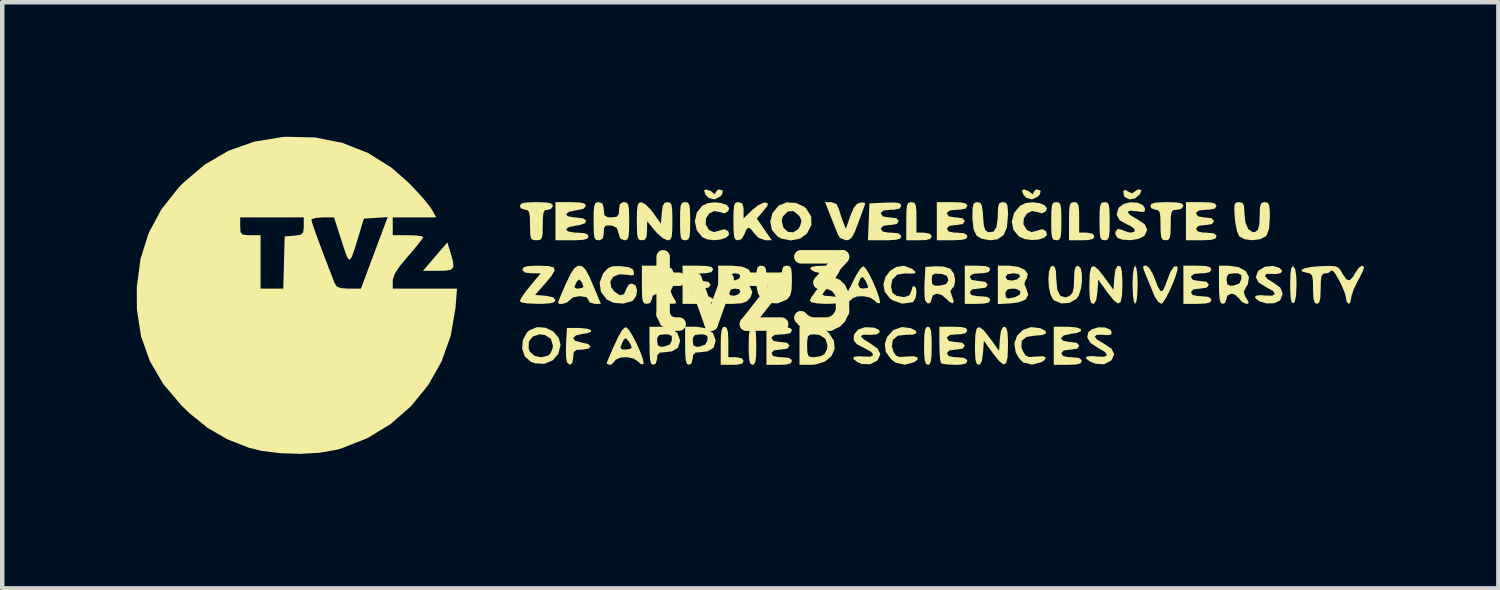
<source format=kicad_pcb>
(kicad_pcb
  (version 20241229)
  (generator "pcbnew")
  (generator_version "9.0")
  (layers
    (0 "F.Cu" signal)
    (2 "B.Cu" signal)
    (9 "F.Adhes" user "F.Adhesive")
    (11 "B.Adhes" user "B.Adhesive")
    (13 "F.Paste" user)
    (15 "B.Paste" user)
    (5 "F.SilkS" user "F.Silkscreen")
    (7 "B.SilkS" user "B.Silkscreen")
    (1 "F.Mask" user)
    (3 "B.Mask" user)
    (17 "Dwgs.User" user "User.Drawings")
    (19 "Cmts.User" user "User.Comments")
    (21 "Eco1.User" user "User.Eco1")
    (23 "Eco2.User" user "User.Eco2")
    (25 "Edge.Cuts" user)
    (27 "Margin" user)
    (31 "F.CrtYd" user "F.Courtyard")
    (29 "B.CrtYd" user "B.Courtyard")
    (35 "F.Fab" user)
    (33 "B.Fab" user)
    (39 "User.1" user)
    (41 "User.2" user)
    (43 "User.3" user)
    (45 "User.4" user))
  (footprint "tvz3"
    (layer "F.Cu")
    (at 13.703 3.499)
    (property "Reference" "tvz3" (at 0 0 0) (layer "F.SilkS") (effects (font (size 1.5 1.5) (thickness 0.3))))
    (attr board_only exclude_from_pos_files exclude_from_bom)
    (fp_poly (pts (xy -6.709 -0.926) (xy -6.65 -0.717) (xy -6.642 -0.593) (xy -6.699 -0.532) (xy -6.835 -0.512) (xy -6.977 -0.51) (xy -7.32 -0.51) (xy -7.048 -0.827) (xy -6.775 -1.143)) (stroke (width 0) (type solid)) (fill yes) (layer "F.SilkS"))
    (fp_poly (pts (xy 8.702 -2.308) (xy 8.679 -2.24) (xy 8.661 -2.211) (xy 8.56 -2.123) (xy 8.436 -2.102) (xy 8.335 -2.151) (xy 8.311 -2.191) (xy 8.296 -2.294) (xy 8.349 -2.313) (xy 8.413 -2.273) (xy 8.498 -2.238) (xy 8.531 -2.265) (xy 8.615 -2.32) (xy 8.65 -2.325)) (stroke (width 0) (type solid)) (fill yes) (layer "F.SilkS"))
    (fp_poly (pts (xy 12.091 -0.609) (xy 12.135 -0.537) (xy 12.158 -0.355) (xy 12.161 -0.198) (xy 12.151 0.048) (xy 12.119 0.184) (xy 12.091 0.213) (xy 12.053 0.193) (xy 12.03 0.096) (xy 12.02 -0.095) (xy 12.02 -0.198) (xy 12.025 -0.43) (xy 12.042 -0.562) (xy 12.074 -0.61)) (stroke (width 0) (type solid)) (fill yes) (layer "F.SilkS"))
    (fp_poly (pts (xy -0.632 -2.295) (xy -0.649 -2.216) (xy -0.692 -2.166) (xy -0.821 -2.102) (xy -0.952 -2.134) (xy -1.021 -2.211) (xy -1.052 -2.299) (xy -1.009 -2.325) (xy -1.006 -2.325) (xy -0.901 -2.288) (xy -0.862 -2.257) (xy -0.806 -2.217) (xy -0.794 -2.257) (xy -0.748 -2.317) (xy -0.709 -2.325)) (stroke (width 0) (type solid)) (fill yes) (layer "F.SilkS"))
    (fp_poly (pts (xy 6.456 -2.295) (xy 6.438 -2.216) (xy 6.395 -2.166) (xy 6.266 -2.102) (xy 6.135 -2.134) (xy 6.067 -2.211) (xy 6.035 -2.299) (xy 6.078 -2.325) (xy 6.082 -2.325) (xy 6.186 -2.288) (xy 6.225 -2.257) (xy 6.281 -2.217) (xy 6.293 -2.257) (xy 6.339 -2.317) (xy 6.378 -2.325)) (stroke (width 0) (type solid)) (fill yes) (layer "F.SilkS"))
    (fp_poly (pts (xy 0.073 0.759) (xy 0.1 0.84) (xy 0.111 0.999) (xy 0.113 1.162) (xy 0.109 1.387) (xy 0.093 1.518) (xy 0.061 1.578) (xy 0.028 1.587) (xy -0.017 1.565) (xy -0.043 1.485) (xy -0.055 1.326) (xy -0.057 1.162) (xy -0.052 0.938) (xy -0.036 0.806) (xy -0.004 0.747) (xy 0.028 0.737)) (stroke (width 0) (type solid)) (fill yes) (layer "F.SilkS"))
    (fp_poly (pts (xy 3.985 0.759) (xy 4.012 0.84) (xy 4.023 0.999) (xy 4.025 1.162) (xy 4.021 1.387) (xy 4.005 1.518) (xy 3.973 1.578) (xy 3.94 1.587) (xy 3.896 1.565) (xy 3.869 1.485) (xy 3.857 1.326) (xy 3.855 1.162) (xy 3.86 0.938) (xy 3.876 0.806) (xy 3.908 0.747) (xy 3.94 0.737)) (stroke (width 0) (type solid)) (fill yes) (layer "F.SilkS"))
    (fp_poly (pts (xy 8.59 -0.571) (xy 8.61 -0.428) (xy 8.618 -0.218) (xy 8.618 -0.198) (xy 8.611 0.016) (xy 8.592 0.165) (xy 8.564 0.226) (xy 8.561 0.227) (xy 8.533 0.174) (xy 8.513 0.031) (xy 8.505 -0.178) (xy 8.504 -0.198) (xy 8.511 -0.413) (xy 8.531 -0.562) (xy 8.559 -0.623) (xy 8.561 -0.624)) (stroke (width 0) (type solid)) (fill yes) (layer "F.SilkS"))
    (fp_poly (pts (xy -0.546 0.763) (xy -0.519 0.856) (xy -0.51 1.036) (xy -0.51 1.077) (xy -0.51 1.417) (xy -0.34 1.417) (xy -0.205 1.443) (xy -0.17 1.502) (xy -0.203 1.559) (xy -0.317 1.584) (xy -0.425 1.587) (xy -0.68 1.587) (xy -0.68 1.162) (xy -0.676 0.938) (xy -0.66 0.806) (xy -0.628 0.747) (xy -0.595 0.737)) (stroke (width 0) (type solid)) (fill yes) (layer "F.SilkS"))
    (fp_poly (pts (xy 3.635 -2.029) (xy 3.669 -1.974) (xy 3.683 -1.852) (xy 3.685 -1.701) (xy 3.685 -1.361) (xy 3.855 -1.361) (xy 3.99 -1.335) (xy 4.025 -1.276) (xy 3.995 -1.222) (xy 3.89 -1.196) (xy 3.742 -1.191) (xy 3.458 -1.191) (xy 3.458 -1.616) (xy 3.461 -1.833) (xy 3.473 -1.961) (xy 3.501 -2.022) (xy 3.551 -2.04) (xy 3.572 -2.041)) (stroke (width 0) (type solid)) (fill yes) (layer "F.SilkS"))
    (fp_poly (pts (xy 7.264 -2.029) (xy 7.298 -1.974) (xy 7.312 -1.852) (xy 7.314 -1.701) (xy 7.314 -1.361) (xy 7.484 -1.361) (xy 7.619 -1.335) (xy 7.654 -1.276) (xy 7.624 -1.222) (xy 7.519 -1.196) (xy 7.371 -1.191) (xy 7.087 -1.191) (xy 7.087 -1.616) (xy 7.09 -1.833) (xy 7.102 -1.961) (xy 7.13 -2.022) (xy 7.18 -2.04) (xy 7.2 -2.041)) (stroke (width 0) (type solid)) (fill yes) (layer "F.SilkS"))
    (fp_poly (pts (xy -1.416 -2.031) (xy -1.382 -1.985) (xy -1.366 -1.88) (xy -1.361 -1.692) (xy -1.361 -1.616) (xy -1.363 -1.398) (xy -1.376 -1.271) (xy -1.404 -1.21) (xy -1.454 -1.191) (xy -1.474 -1.191) (xy -1.532 -1.201) (xy -1.566 -1.246) (xy -1.582 -1.352) (xy -1.587 -1.539) (xy -1.587 -1.616) (xy -1.585 -1.833) (xy -1.573 -1.961) (xy -1.545 -2.022) (xy -1.495 -2.04) (xy -1.474 -2.041)) (stroke (width 0) (type solid)) (fill yes) (layer "F.SilkS"))
    (fp_poly (pts (xy 6.862 -2.031) (xy 6.896 -1.985) (xy 6.912 -1.88) (xy 6.917 -1.692) (xy 6.917 -1.616) (xy 6.914 -1.398) (xy 6.902 -1.271) (xy 6.874 -1.21) (xy 6.824 -1.191) (xy 6.804 -1.191) (xy 6.746 -1.201) (xy 6.712 -1.246) (xy 6.695 -1.352) (xy 6.69 -1.539) (xy 6.69 -1.616) (xy 6.693 -1.833) (xy 6.705 -1.961) (xy 6.733 -2.022) (xy 6.783 -2.04) (xy 6.804 -2.041)) (stroke (width 0) (type solid)) (fill yes) (layer "F.SilkS"))
    (fp_poly (pts (xy 7.939 -2.031) (xy 7.973 -1.985) (xy 7.989 -1.88) (xy 7.994 -1.692) (xy 7.994 -1.616) (xy 7.992 -1.398) (xy 7.979 -1.271) (xy 7.951 -1.21) (xy 7.901 -1.191) (xy 7.881 -1.191) (xy 7.823 -1.201) (xy 7.789 -1.246) (xy 7.772 -1.352) (xy 7.768 -1.539) (xy 7.767 -1.616) (xy 7.77 -1.833) (xy 7.782 -1.961) (xy 7.81 -2.022) (xy 7.86 -2.04) (xy 7.881 -2.041)) (stroke (width 0) (type solid)) (fill yes) (layer "F.SilkS"))
    (fp_poly (pts (xy 3.562 0.771) (xy 3.675 0.831) (xy 3.684 0.884) (xy 3.598 0.916) (xy 3.461 0.917) (xy 3.269 0.938) (xy 3.158 1.03) (xy 3.136 1.179) (xy 3.171 1.29) (xy 3.227 1.381) (xy 3.31 1.412) (xy 3.46 1.402) (xy 3.461 1.402) (xy 3.625 1.395) (xy 3.711 1.423) (xy 3.706 1.476) (xy 3.634 1.528) (xy 3.425 1.585) (xy 3.225 1.54) (xy 3.133 1.476) (xy 3.001 1.301) (xy 2.978 1.119) (xy 3.031 0.967) (xy 3.17 0.81) (xy 3.361 0.744)) (stroke (width 0) (type solid)) (fill yes) (layer "F.SilkS"))
    (fp_poly (pts (xy 1.899 -2.002) (xy 1.95 -1.902) (xy 1.999 -1.741) (xy 2.048 -1.604) (xy 2.111 -1.446) (xy 2.208 -1.729) (xy 2.284 -1.911) (xy 2.362 -2.005) (xy 2.435 -2.032) (xy 2.526 -2.029) (xy 2.543 -2.001) (xy 2.515 -1.926) (xy 2.46 -1.776) (xy 2.389 -1.583) (xy 2.385 -1.571) (xy 2.306 -1.368) (xy 2.242 -1.252) (xy 2.177 -1.2) (xy 2.114 -1.191) (xy 1.983 -1.24) (xy 1.932 -1.318) (xy 1.883 -1.443) (xy 1.812 -1.623) (xy 1.764 -1.743) (xy 1.646 -2.041) (xy 1.781 -2.041)) (stroke (width 0) (type solid)) (fill yes) (layer "F.SilkS"))
    (fp_poly (pts (xy 6.445 0.769) (xy 6.563 0.83) (xy 6.575 0.886) (xy 6.486 0.924) (xy 6.342 0.935) (xy 6.139 0.964) (xy 6.034 1.05) (xy 6.026 1.192) (xy 6.057 1.278) (xy 6.115 1.376) (xy 6.195 1.412) (xy 6.339 1.403) (xy 6.352 1.402) (xy 6.509 1.396) (xy 6.573 1.426) (xy 6.535 1.486) (xy 6.467 1.529) (xy 6.261 1.583) (xy 6.064 1.533) (xy 6.06 1.53) (xy 5.973 1.442) (xy 5.899 1.31) (xy 5.868 1.112) (xy 5.929 0.938) (xy 6.06 0.808) (xy 6.24 0.745)) (stroke (width 0) (type solid)) (fill yes) (layer "F.SilkS"))
    (fp_poly (pts (xy -3.666 0.779) (xy -3.573 0.812) (xy -3.572 0.851) (xy -3.669 0.885) (xy -3.756 0.896) (xy -3.909 0.932) (xy -3.969 0.99) (xy -3.932 1.049) (xy -3.794 1.087) (xy -3.789 1.088) (xy -3.64 1.123) (xy -3.584 1.176) (xy -3.623 1.225) (xy -3.76 1.247) (xy -3.766 1.247) (xy -3.901 1.256) (xy -3.957 1.302) (xy -3.969 1.413) (xy -3.969 1.417) (xy -3.991 1.542) (xy -4.043 1.588) (xy -4.101 1.541) (xy -4.115 1.51) (xy -4.129 1.414) (xy -4.132 1.247) (xy -4.128 1.099) (xy -4.11 0.765) (xy -3.841 0.765)) (stroke (width 0) (type solid)) (fill yes) (layer "F.SilkS"))
    (fp_poly (pts (xy -4.518 -0.616) (xy -4.402 -0.585) (xy -4.383 -0.516) (xy -4.454 -0.395) (xy -4.595 -0.227) (xy -4.819 0.028) (xy -4.593 0.046) (xy -4.425 0.078) (xy -4.366 0.141) (xy -4.366 0.145) (xy -4.392 0.19) (xy -4.484 0.215) (xy -4.661 0.226) (xy -4.763 0.227) (xy -4.993 0.218) (xy -5.127 0.193) (xy -5.159 0.164) (xy -5.125 0.09) (xy -5.036 -0.039) (xy -4.927 -0.176) (xy -4.695 -0.454) (xy -4.899 -0.454) (xy -5.048 -0.471) (xy -5.102 -0.527) (xy -5.103 -0.539) (xy -5.078 -0.586) (xy -4.99 -0.613) (xy -4.818 -0.623) (xy -4.734 -0.624)) (stroke (width 0) (type solid)) (fill yes) (layer "F.SilkS"))
    (fp_poly (pts (xy -0.665 -2.021) (xy -0.548 -1.977) (xy -0.491 -1.911) (xy -0.513 -1.84) (xy -0.6 -1.79) (xy -0.686 -1.817) (xy -0.825 -1.843) (xy -0.938 -1.787) (xy -1.008 -1.677) (xy -1.016 -1.546) (xy -0.942 -1.423) (xy -0.934 -1.416) (xy -0.831 -1.373) (xy -0.711 -1.406) (xy -0.592 -1.438) (xy -0.514 -1.393) (xy -0.511 -1.39) (xy -0.494 -1.312) (xy -0.561 -1.249) (xy -0.684 -1.207) (xy -0.834 -1.192) (xy -0.983 -1.211) (xy -1.092 -1.261) (xy -1.216 -1.419) (xy -1.257 -1.615) (xy -1.213 -1.81) (xy -1.09 -1.963) (xy -0.964 -2.02) (xy -0.813 -2.037)) (stroke (width 0) (type solid)) (fill yes) (layer "F.SilkS"))
    (fp_poly (pts (xy 7.344 -0.575) (xy 7.374 -0.45) (xy 7.377 -0.283) (xy 7.353 -0.108) (xy 7.305 0.042) (xy 7.257 0.113) (xy 7.099 0.205) (xy 6.918 0.218) (xy 6.758 0.152) (xy 6.727 0.123) (xy 6.672 0.013) (xy 6.638 -0.149) (xy 6.628 -0.327) (xy 6.641 -0.487) (xy 6.677 -0.596) (xy 6.719 -0.624) (xy 6.77 -0.595) (xy 6.796 -0.497) (xy 6.804 -0.315) (xy 6.827 -0.082) (xy 6.896 0.051) (xy 7.009 0.083) (xy 7.1 0.05) (xy 7.162 -0.013) (xy 7.193 -0.135) (xy 7.2 -0.314) (xy 7.208 -0.501) (xy 7.235 -0.597) (xy 7.285 -0.624)) (stroke (width 0) (type solid)) (fill yes) (layer "F.SilkS"))
    (fp_poly (pts (xy 8.876 -0.575) (xy 8.951 -0.45) (xy 8.991 -0.354) (xy 9.07 -0.154) (xy 9.128 -0.059) (xy 9.178 -0.065) (xy 9.23 -0.17) (xy 9.268 -0.278) (xy 9.355 -0.497) (xy 9.434 -0.608) (xy 9.503 -0.608) (xy 9.507 -0.604) (xy 9.507 -0.534) (xy 9.467 -0.396) (xy 9.4 -0.221) (xy 9.319 -0.041) (xy 9.239 0.113) (xy 9.172 0.21) (xy 9.145 0.227) (xy 9.074 0.179) (xy 8.998 0.061) (xy 8.983 0.028) (xy 8.902 -0.168) (xy 8.819 -0.369) (xy 8.816 -0.375) (xy 8.756 -0.525) (xy 8.738 -0.598) (xy 8.762 -0.622) (xy 8.812 -0.624)) (stroke (width 0) (type solid)) (fill yes) (layer "F.SilkS"))
    (fp_poly (pts (xy 9.477 -2.035) (xy 9.591 -2.015) (xy 9.636 -1.975) (xy 9.638 -1.956) (xy 9.589 -1.888) (xy 9.497 -1.871) (xy 9.418 -1.864) (xy 9.376 -1.824) (xy 9.358 -1.726) (xy 9.355 -1.543) (xy 9.355 -1.531) (xy 9.351 -1.341) (xy 9.333 -1.238) (xy 9.292 -1.197) (xy 9.242 -1.191) (xy 9.178 -1.203) (xy 9.144 -1.258) (xy 9.13 -1.38) (xy 9.128 -1.531) (xy 9.124 -1.721) (xy 9.106 -1.823) (xy 9.065 -1.865) (xy 9.015 -1.871) (xy 8.922 -1.906) (xy 8.901 -1.956) (xy 8.926 -2.004) (xy 9.014 -2.03) (xy 9.186 -2.04) (xy 9.27 -2.041)) (stroke (width 0) (type solid)) (fill yes) (layer "F.SilkS"))
    (fp_poly (pts (xy -4.584 -2.035) (xy -4.469 -2.015) (xy -4.425 -1.975) (xy -4.422 -1.956) (xy -4.47 -1.887) (xy -4.536 -1.871) (xy -4.599 -1.859) (xy -4.633 -1.804) (xy -4.647 -1.681) (xy -4.649 -1.531) (xy -4.652 -1.342) (xy -4.669 -1.24) (xy -4.709 -1.199) (xy -4.786 -1.191) (xy -4.791 -1.191) (xy -4.869 -1.198) (xy -4.912 -1.237) (xy -4.929 -1.335) (xy -4.933 -1.519) (xy -4.933 -1.531) (xy -4.937 -1.721) (xy -4.955 -1.823) (xy -4.996 -1.865) (xy -5.046 -1.871) (xy -5.138 -1.906) (xy -5.159 -1.956) (xy -5.135 -2.004) (xy -5.047 -2.03) (xy -4.874 -2.04) (xy -4.791 -2.041)) (stroke (width 0) (type solid)) (fill yes) (layer "F.SilkS"))
    (fp_poly (pts (xy 1.534 0.757) (xy 1.677 0.827) (xy 1.732 0.876) (xy 1.846 1.053) (xy 1.861 1.232) (xy 1.788 1.394) (xy 1.639 1.517) (xy 1.424 1.582) (xy 1.335 1.587) (xy 1.077 1.587) (xy 1.077 1.162) (xy 1.247 1.162) (xy 1.253 1.319) (xy 1.281 1.394) (xy 1.352 1.416) (xy 1.406 1.417) (xy 1.548 1.394) (xy 1.633 1.349) (xy 1.69 1.239) (xy 1.701 1.162) (xy 1.655 1.007) (xy 1.524 0.922) (xy 1.406 0.907) (xy 1.308 0.916) (xy 1.262 0.961) (xy 1.248 1.075) (xy 1.247 1.162) (xy 1.077 1.162) (xy 1.077 0.737) (xy 1.335 0.737)) (stroke (width 0) (type solid)) (fill yes) (layer "F.SilkS"))
    (fp_poly (pts (xy 3.581 -0.557) (xy 3.604 -0.54) (xy 3.667 -0.48) (xy 3.645 -0.451) (xy 3.527 -0.447) (xy 3.441 -0.452) (xy 3.256 -0.424) (xy 3.147 -0.314) (xy 3.118 -0.161) (xy 3.15 -0.019) (xy 3.244 0.05) (xy 3.408 0.078) (xy 3.527 0.036) (xy 3.572 -0.063) (xy 3.597 -0.152) (xy 3.629 -0.17) (xy 3.675 -0.125) (xy 3.686 -0.02) (xy 3.664 0.097) (xy 3.615 0.181) (xy 3.596 0.192) (xy 3.368 0.223) (xy 3.148 0.145) (xy 3.098 0.109) (xy 2.978 -0.04) (xy 2.948 -0.207) (xy 2.993 -0.37) (xy 3.095 -0.507) (xy 3.238 -0.598) (xy 3.405 -0.622)) (stroke (width 0) (type solid)) (fill yes) (layer "F.SilkS"))
    (fp_poly (pts (xy 5.688 0.762) (xy 5.714 0.85) (xy 5.725 1.02) (xy 5.726 1.162) (xy 5.718 1.41) (xy 5.687 1.548) (xy 5.628 1.58) (xy 5.533 1.509) (xy 5.396 1.338) (xy 5.382 1.318) (xy 5.188 1.049) (xy 5.17 1.318) (xy 5.146 1.499) (xy 5.098 1.58) (xy 5.071 1.587) (xy 5.028 1.563) (xy 5.002 1.475) (xy 4.991 1.305) (xy 4.989 1.162) (xy 4.998 0.915) (xy 5.029 0.776) (xy 5.088 0.744) (xy 5.183 0.815) (xy 5.32 0.987) (xy 5.334 1.006) (xy 5.528 1.276) (xy 5.545 1.006) (xy 5.57 0.825) (xy 5.617 0.744) (xy 5.644 0.737)) (stroke (width 0) (type solid)) (fill yes) (layer "F.SilkS"))
    (fp_poly (pts (xy 6.424 -2.02) (xy 6.54 -1.974) (xy 6.596 -1.908) (xy 6.574 -1.84) (xy 6.487 -1.79) (xy 6.401 -1.817) (xy 6.262 -1.843) (xy 6.149 -1.787) (xy 6.079 -1.677) (xy 6.071 -1.546) (xy 6.145 -1.423) (xy 6.153 -1.416) (xy 6.256 -1.373) (xy 6.376 -1.406) (xy 6.495 -1.438) (xy 6.573 -1.393) (xy 6.576 -1.39) (xy 6.597 -1.309) (xy 6.532 -1.247) (xy 6.41 -1.207) (xy 6.257 -1.196) (xy 6.1 -1.217) (xy 5.972 -1.274) (xy 5.847 -1.423) (xy 5.811 -1.608) (xy 5.862 -1.799) (xy 5.999 -1.964) (xy 6.005 -1.968) (xy 6.128 -2.023) (xy 6.278 -2.038)) (stroke (width 0) (type solid)) (fill yes) (layer "F.SilkS"))
    (fp_poly (pts (xy 8.239 -0.599) (xy 8.265 -0.511) (xy 8.276 -0.341) (xy 8.278 -0.198) (xy 8.269 0.049) (xy 8.238 0.188) (xy 8.179 0.22) (xy 8.084 0.148) (xy 7.947 -0.023) (xy 7.933 -0.043) (xy 7.739 -0.312) (xy 7.722 -0.043) (xy 7.697 0.138) (xy 7.65 0.22) (xy 7.623 0.227) (xy 7.579 0.202) (xy 7.553 0.114) (xy 7.542 -0.056) (xy 7.541 -0.198) (xy 7.549 -0.446) (xy 7.58 -0.584) (xy 7.639 -0.616) (xy 7.734 -0.545) (xy 7.871 -0.374) (xy 7.885 -0.354) (xy 8.079 -0.085) (xy 8.097 -0.354) (xy 8.121 -0.535) (xy 8.169 -0.616) (xy 8.196 -0.624)) (stroke (width 0) (type solid)) (fill yes) (layer "F.SilkS"))
    (fp_poly (pts (xy -4.585 0.76) (xy -4.414 0.844) (xy -4.293 0.983) (xy -4.252 1.141) (xy -4.301 1.342) (xy -4.429 1.488) (xy -4.611 1.564) (xy -4.821 1.555) (xy -4.915 1.52) (xy -5.048 1.4) (xy -5.108 1.228) (xy -5.108 1.226) (xy -4.964 1.226) (xy -4.936 1.297) (xy -4.831 1.388) (xy -4.68 1.419) (xy -4.533 1.382) (xy -4.49 1.349) (xy -4.434 1.239) (xy -4.422 1.162) (xy -4.468 1.007) (xy -4.6 0.922) (xy -4.718 0.907) (xy -4.87 0.954) (xy -4.958 1.071) (xy -4.964 1.226) (xy -5.108 1.226) (xy -5.094 1.039) (xy -5.005 0.87) (xy -4.945 0.815) (xy -4.773 0.745)) (stroke (width 0) (type solid)) (fill yes) (layer "F.SilkS"))
    (fp_poly (pts (xy 7.894 0.755) (xy 8.006 0.802) (xy 8.038 0.853) (xy 8.026 0.911) (xy 7.942 0.925) (xy 7.854 0.918) (xy 7.707 0.918) (xy 7.661 0.957) (xy 7.717 1.027) (xy 7.867 1.115) (xy 8.037 1.229) (xy 8.095 1.35) (xy 8.04 1.475) (xy 8.021 1.496) (xy 7.866 1.576) (xy 7.672 1.562) (xy 7.553 1.512) (xy 7.462 1.443) (xy 7.477 1.402) (xy 7.59 1.391) (xy 7.714 1.402) (xy 7.875 1.407) (xy 7.934 1.371) (xy 7.891 1.303) (xy 7.744 1.214) (xy 7.725 1.205) (xy 7.565 1.097) (xy 7.493 0.976) (xy 7.516 0.861) (xy 7.597 0.794) (xy 7.744 0.75)) (stroke (width 0) (type solid)) (fill yes) (layer "F.SilkS"))
    (fp_poly (pts (xy -3.826 -2.034) (xy -3.719 -2.01) (xy -3.685 -1.963) (xy -3.685 -1.959) (xy -3.739 -1.894) (xy -3.893 -1.86) (xy -4.058 -1.828) (xy -4.126 -1.778) (xy -4.097 -1.73) (xy -3.967 -1.702) (xy -3.917 -1.701) (xy -3.749 -1.679) (xy -3.678 -1.629) (xy -3.706 -1.571) (xy -3.835 -1.527) (xy -3.893 -1.52) (xy -4.064 -1.487) (xy -4.129 -1.437) (xy -4.087 -1.389) (xy -3.941 -1.362) (xy -3.888 -1.361) (xy -3.719 -1.35) (xy -3.64 -1.313) (xy -3.629 -1.276) (xy -3.653 -1.228) (xy -3.741 -1.201) (xy -3.913 -1.191) (xy -3.997 -1.191) (xy -4.366 -1.191) (xy -4.366 -1.616) (xy -4.366 -2.041) (xy -4.025 -2.041)) (stroke (width 0) (type solid)) (fill yes) (layer "F.SilkS"))
    (fp_poly (pts (xy -2.9 -0.612) (xy -2.728 -0.59) (xy -2.642 -0.545) (xy -2.617 -0.489) (xy -2.619 -0.416) (xy -2.686 -0.406) (xy -2.749 -0.42) (xy -2.939 -0.432) (xy -3.075 -0.377) (xy -3.142 -0.274) (xy -3.123 -0.142) (xy -3.054 -0.049) (xy -2.929 0.035) (xy -2.837 0.014) (xy -2.788 -0.104) (xy -2.73 -0.207) (xy -2.661 -0.227) (xy -2.579 -0.183) (xy -2.546 -0.078) (xy -2.564 0.046) (xy -2.632 0.148) (xy -2.661 0.168) (xy -2.858 0.222) (xy -3.069 0.204) (xy -3.225 0.128) (xy -3.352 -0.043) (xy -3.38 -0.244) (xy -3.308 -0.442) (xy -3.286 -0.471) (xy -3.193 -0.57) (xy -3.089 -0.612) (xy -2.926 -0.614)) (stroke (width 0) (type solid)) (fill yes) (layer "F.SilkS"))
    (fp_poly (pts (xy -1.796 0.773) (xy -1.648 0.876) (xy -1.588 1.036) (xy -1.587 1.056) (xy -1.633 1.206) (xy -1.769 1.288) (xy -1.911 1.304) (xy -2.04 1.316) (xy -2.091 1.37) (xy -2.098 1.446) (xy -2.127 1.56) (xy -2.183 1.587) (xy -2.228 1.565) (xy -2.254 1.485) (xy -2.266 1.326) (xy -2.268 1.162) (xy -2.268 1.053) (xy -2.098 1.053) (xy -2.081 1.156) (xy -2.009 1.185) (xy -1.942 1.18) (xy -1.814 1.133) (xy -1.768 1.035) (xy -1.772 0.945) (xy -1.841 0.911) (xy -1.924 0.907) (xy -2.047 0.921) (xy -2.093 0.983) (xy -2.098 1.053) (xy -2.268 1.053) (xy -2.268 0.737) (xy -2.022 0.737)) (stroke (width 0) (type solid)) (fill yes) (layer "F.SilkS"))
    (fp_poly (pts (xy -1.003 0.773) (xy -0.854 0.876) (xy -0.794 1.036) (xy -0.794 1.056) (xy -0.84 1.206) (xy -0.975 1.288) (xy -1.117 1.304) (xy -1.246 1.316) (xy -1.297 1.37) (xy -1.304 1.446) (xy -1.334 1.56) (xy -1.389 1.587) (xy -1.434 1.565) (xy -1.46 1.485) (xy -1.472 1.326) (xy -1.474 1.162) (xy -1.474 1.053) (xy -1.304 1.053) (xy -1.288 1.156) (xy -1.215 1.185) (xy -1.148 1.18) (xy -1.02 1.133) (xy -0.974 1.035) (xy -0.979 0.945) (xy -1.048 0.911) (xy -1.13 0.907) (xy -1.253 0.921) (xy -1.299 0.983) (xy -1.304 1.053) (xy -1.474 1.053) (xy -1.474 0.737) (xy -1.228 0.737)) (stroke (width 0) (type solid)) (fill yes) (layer "F.SilkS"))
    (fp_poly (pts (xy 0.992 -2.025) (xy 1.176 -1.941) (xy 1.222 -1.902) (xy 1.338 -1.721) (xy 1.343 -1.529) (xy 1.243 -1.34) (xy 1.089 -1.227) (xy 0.887 -1.187) (xy 0.68 -1.224) (xy 0.586 -1.274) (xy 0.461 -1.423) (xy 0.425 -1.608) (xy 0.429 -1.625) (xy 0.68 -1.625) (xy 0.719 -1.471) (xy 0.815 -1.382) (xy 0.935 -1.367) (xy 1.047 -1.438) (xy 1.089 -1.505) (xy 1.123 -1.624) (xy 1.081 -1.719) (xy 1.038 -1.766) (xy 0.935 -1.843) (xy 0.84 -1.837) (xy 0.801 -1.818) (xy 0.703 -1.715) (xy 0.68 -1.625) (xy 0.429 -1.625) (xy 0.476 -1.799) (xy 0.613 -1.964) (xy 0.619 -1.968) (xy 0.79 -2.036)) (stroke (width 0) (type solid)) (fill yes) (layer "F.SilkS"))
    (fp_poly (pts (xy 7.253 0.753) (xy 7.351 0.79) (xy 7.354 0.836) (xy 7.255 0.878) (xy 7.125 0.896) (xy 6.97 0.932) (xy 6.91 0.991) (xy 6.948 1.047) (xy 7.083 1.076) (xy 7.115 1.077) (xy 7.262 1.096) (xy 7.313 1.155) (xy 7.314 1.162) (xy 7.271 1.225) (xy 7.133 1.247) (xy 7.115 1.247) (xy 6.969 1.266) (xy 6.917 1.325) (xy 6.917 1.332) (xy 6.954 1.391) (xy 7.079 1.416) (xy 7.144 1.417) (xy 7.301 1.431) (xy 7.366 1.478) (xy 7.371 1.502) (xy 7.343 1.554) (xy 7.244 1.58) (xy 7.059 1.587) (xy 6.747 1.587) (xy 6.747 1.162) (xy 6.747 0.737) (xy 7.063 0.737)) (stroke (width 0) (type solid)) (fill yes) (layer "F.SilkS"))
    (fp_poly (pts (xy 11.786 -0.572) (xy 11.842 -0.506) (xy 11.804 -0.455) (xy 11.692 -0.436) (xy 11.625 -0.441) (xy 11.493 -0.441) (xy 11.457 -0.398) (xy 11.515 -0.325) (xy 11.651 -0.244) (xy 11.801 -0.133) (xy 11.853 0.000463) (xy 11.803 0.135) (xy 11.782 0.159) (xy 11.659 0.214) (xy 11.49 0.218) (xy 11.33 0.169) (xy 11.325 0.166) (xy 11.235 0.092) (xy 11.25 0.046) (xy 11.362 0.033) (xy 11.453 0.041) (xy 11.617 0.045) (xy 11.679 0.006) (xy 11.637 -0.061) (xy 11.488 -0.142) (xy 11.488 -0.143) (xy 11.317 -0.246) (xy 11.254 -0.366) (xy 11.3 -0.497) (xy 11.318 -0.518) (xy 11.46 -0.602) (xy 11.64 -0.619)) (stroke (width 0) (type solid)) (fill yes) (layer "F.SilkS"))
    (fp_poly (pts (xy 0.857 -0.611) (xy 0.892 -0.556) (xy 0.905 -0.433) (xy 0.907 -0.287) (xy 0.9 -0.087) (xy 0.873 0.035) (xy 0.815 0.112) (xy 0.781 0.139) (xy 0.588 0.217) (xy 0.387 0.206) (xy 0.227 0.113) (xy 0.153 0.004) (xy 0.119 -0.156) (xy 0.113 -0.312) (xy 0.118 -0.492) (xy 0.14 -0.586) (xy 0.187 -0.62) (xy 0.227 -0.624) (xy 0.295 -0.608) (xy 0.329 -0.544) (xy 0.34 -0.401) (xy 0.34 -0.347) (xy 0.362 -0.133) (xy 0.421 0.000094) (xy 0.509 0.041) (xy 0.595 0) (xy 0.656 -0.116) (xy 0.68 -0.321) (xy 0.68 -0.347) (xy 0.687 -0.515) (xy 0.713 -0.597) (xy 0.771 -0.623) (xy 0.794 -0.624)) (stroke (width 0) (type solid)) (fill yes) (layer "F.SilkS"))
    (fp_poly (pts (xy 2.734 0.757) (xy 2.748 0.76) (xy 2.853 0.81) (xy 2.863 0.866) (xy 2.791 0.91) (xy 2.653 0.92) (xy 2.635 0.918) (xy 2.489 0.915) (xy 2.447 0.951) (xy 2.511 1.02) (xy 2.65 1.106) (xy 2.821 1.227) (xy 2.879 1.35) (xy 2.824 1.475) (xy 2.805 1.496) (xy 2.652 1.575) (xy 2.467 1.568) (xy 2.367 1.526) (xy 2.277 1.453) (xy 2.291 1.407) (xy 2.404 1.394) (xy 2.495 1.402) (xy 2.659 1.405) (xy 2.721 1.367) (xy 2.679 1.301) (xy 2.531 1.219) (xy 2.527 1.217) (xy 2.359 1.131) (xy 2.286 1.043) (xy 2.29 0.928) (xy 2.296 0.907) (xy 2.384 0.801) (xy 2.542 0.747)) (stroke (width 0) (type solid)) (fill yes) (layer "F.SilkS"))
    (fp_poly (pts (xy 5.68 -2.027) (xy 5.714 -1.966) (xy 5.725 -1.832) (xy 5.726 -1.742) (xy 5.702 -1.475) (xy 5.625 -1.301) (xy 5.487 -1.211) (xy 5.335 -1.191) (xy 5.134 -1.225) (xy 5.026 -1.294) (xy 4.959 -1.434) (xy 4.933 -1.667) (xy 4.933 -1.72) (xy 4.937 -1.903) (xy 4.958 -2.001) (xy 5.003 -2.037) (xy 5.043 -2.041) (xy 5.107 -2.025) (xy 5.144 -1.961) (xy 5.164 -1.823) (xy 5.171 -1.716) (xy 5.187 -1.524) (xy 5.219 -1.42) (xy 5.274 -1.375) (xy 5.294 -1.37) (xy 5.402 -1.384) (xy 5.468 -1.483) (xy 5.496 -1.678) (xy 5.499 -1.772) (xy 5.506 -1.937) (xy 5.534 -2.017) (xy 5.595 -2.041) (xy 5.613 -2.041)) (stroke (width 0) (type solid)) (fill yes) (layer "F.SilkS"))
    (fp_poly (pts (xy -0.203 -2.016) (xy -0.172 -1.922) (xy -0.17 -1.86) (xy -0.17 -1.679) (xy 0.022 -1.865) (xy 0.16 -1.975) (xy 0.28 -2.03) (xy 0.315 -2.032) (xy 0.372 -2.01) (xy 0.362 -1.959) (xy 0.28 -1.855) (xy 0.271 -1.844) (xy 0.126 -1.675) (xy 0.292 -1.433) (xy 0.459 -1.191) (xy 0.316 -1.191) (xy 0.162 -1.244) (xy 0.08 -1.332) (xy -0.001 -1.433) (xy -0.062 -1.474) (xy -0.111 -1.426) (xy -0.147 -1.332) (xy -0.215 -1.216) (xy -0.29 -1.191) (xy -0.345 -1.202) (xy -0.377 -1.253) (xy -0.392 -1.366) (xy -0.397 -1.564) (xy -0.397 -1.616) (xy -0.394 -1.833) (xy -0.382 -1.961) (xy -0.354 -2.022) (xy -0.304 -2.04) (xy -0.283 -2.041)) (stroke (width 0) (type solid)) (fill yes) (layer "F.SilkS"))
    (fp_poly (pts (xy 0.802 0.746) (xy 0.889 0.778) (xy 0.907 0.822) (xy 0.87 0.881) (xy 0.746 0.906) (xy 0.68 0.907) (xy 0.523 0.921) (xy 0.458 0.968) (xy 0.454 0.992) (xy 0.497 1.055) (xy 0.634 1.077) (xy 0.652 1.077) (xy 0.799 1.096) (xy 0.85 1.155) (xy 0.85 1.162) (xy 0.807 1.225) (xy 0.67 1.247) (xy 0.652 1.247) (xy 0.505 1.266) (xy 0.454 1.325) (xy 0.454 1.332) (xy 0.491 1.391) (xy 0.615 1.416) (xy 0.68 1.417) (xy 0.838 1.431) (xy 0.903 1.478) (xy 0.907 1.502) (xy 0.877 1.556) (xy 0.772 1.582) (xy 0.624 1.587) (xy 0.34 1.587) (xy 0.34 1.162) (xy 0.34 0.737) (xy 0.624 0.737)) (stroke (width 0) (type solid)) (fill yes) (layer "F.SilkS"))
    (fp_poly (pts (xy 5.224 -0.615) (xy 5.311 -0.583) (xy 5.329 -0.539) (xy 5.292 -0.479) (xy 5.168 -0.455) (xy 5.103 -0.454) (xy 4.945 -0.44) (xy 4.88 -0.393) (xy 4.876 -0.369) (xy 4.919 -0.306) (xy 5.056 -0.284) (xy 5.074 -0.283) (xy 5.221 -0.265) (xy 5.272 -0.206) (xy 5.273 -0.198) (xy 5.23 -0.136) (xy 5.092 -0.114) (xy 5.074 -0.113) (xy 4.928 -0.095) (xy 4.876 -0.036) (xy 4.876 -0.028) (xy 4.913 0.031) (xy 5.037 0.055) (xy 5.103 0.057) (xy 5.26 0.071) (xy 5.325 0.117) (xy 5.329 0.142) (xy 5.299 0.195) (xy 5.194 0.221) (xy 5.046 0.227) (xy 4.763 0.227) (xy 4.763 -0.198) (xy 4.763 -0.624) (xy 5.046 -0.624)) (stroke (width 0) (type solid)) (fill yes) (layer "F.SilkS"))
    (fp_poly (pts (xy 10.138 -0.616) (xy 10.235 -0.589) (xy 10.262 -0.539) (xy 10.225 -0.479) (xy 10.1 -0.455) (xy 10.035 -0.454) (xy 9.878 -0.44) (xy 9.813 -0.393) (xy 9.808 -0.369) (xy 9.852 -0.306) (xy 9.989 -0.284) (xy 10.007 -0.283) (xy 10.154 -0.265) (xy 10.205 -0.206) (xy 10.205 -0.198) (xy 10.162 -0.136) (xy 10.025 -0.114) (xy 10.007 -0.113) (xy 9.86 -0.095) (xy 9.809 -0.036) (xy 9.808 -0.028) (xy 9.846 0.031) (xy 9.97 0.055) (xy 10.035 0.057) (xy 10.193 0.071) (xy 10.258 0.117) (xy 10.262 0.142) (xy 10.234 0.193) (xy 10.136 0.219) (xy 9.95 0.227) (xy 9.638 0.227) (xy 9.638 -0.198) (xy 9.638 -0.624) (xy 9.95 -0.624)) (stroke (width 0) (type solid)) (fill yes) (layer "F.SilkS"))
    (fp_poly (pts (xy 11.516 -2.029) (xy 11.551 -1.973) (xy 11.564 -1.85) (xy 11.566 -1.705) (xy 11.55 -1.457) (xy 11.499 -1.307) (xy 11.477 -1.28) (xy 11.35 -1.214) (xy 11.175 -1.192) (xy 11.003 -1.213) (xy 10.884 -1.278) (xy 10.882 -1.28) (xy 10.837 -1.384) (xy 10.8 -1.557) (xy 10.783 -1.706) (xy 10.773 -1.893) (xy 10.781 -1.993) (xy 10.817 -2.034) (xy 10.879 -2.041) (xy 10.955 -2.026) (xy 10.99 -1.959) (xy 10.999 -1.812) (xy 10.999 -1.797) (xy 11.023 -1.584) (xy 11.088 -1.436) (xy 11.183 -1.371) (xy 11.246 -1.378) (xy 11.303 -1.431) (xy 11.332 -1.549) (xy 11.339 -1.727) (xy 11.344 -1.908) (xy 11.365 -2.003) (xy 11.412 -2.038) (xy 11.453 -2.041)) (stroke (width 0) (type solid)) (fill yes) (layer "F.SilkS"))
    (fp_poly (pts (xy -2.73 0.804) (xy -2.649 0.932) (xy -2.561 1.102) (xy -2.48 1.281) (xy -2.421 1.441) (xy -2.399 1.549) (xy -2.406 1.575) (xy -2.466 1.569) (xy -2.52 1.517) (xy -2.621 1.448) (xy -2.769 1.417) (xy -2.918 1.426) (xy -3.023 1.474) (xy -3.041 1.502) (xy -3.115 1.578) (xy -3.157 1.587) (xy -3.221 1.563) (xy -3.222 1.542) (xy -3.082 1.212) (xy -3.079 1.205) (xy -2.917 1.205) (xy -2.885 1.243) (xy -2.805 1.247) (xy -2.699 1.231) (xy -2.665 1.201) (xy -2.695 1.123) (xy -2.738 1.055) (xy -2.795 0.993) (xy -2.837 1.018) (xy -2.879 1.101) (xy -2.917 1.205) (xy -3.079 1.205) (xy -2.973 0.979) (xy -2.891 0.831) (xy -2.828 0.76) (xy -2.79 0.749)) (stroke (width 0) (type solid)) (fill yes) (layer "F.SilkS"))
    (fp_poly (pts (xy -1.811 -2.03) (xy -1.778 -1.982) (xy -1.762 -1.873) (xy -1.758 -1.68) (xy -1.758 -1.616) (xy -1.761 -1.398) (xy -1.773 -1.27) (xy -1.802 -1.209) (xy -1.852 -1.191) (xy -1.865 -1.191) (xy -1.963 -1.232) (xy -2.088 -1.337) (xy -2.147 -1.403) (xy -2.321 -1.616) (xy -2.323 -1.403) (xy -2.335 -1.26) (xy -2.38 -1.2) (xy -2.438 -1.191) (xy -2.496 -1.201) (xy -2.53 -1.246) (xy -2.546 -1.352) (xy -2.551 -1.539) (xy -2.551 -1.616) (xy -2.548 -1.835) (xy -2.534 -1.964) (xy -2.505 -2.024) (xy -2.455 -2.04) (xy -2.452 -2.04) (xy -2.365 -1.996) (xy -2.25 -1.884) (xy -2.183 -1.799) (xy -2.013 -1.559) (xy -1.995 -1.8) (xy -1.974 -1.956) (xy -1.93 -2.027) (xy -1.868 -2.041)) (stroke (width 0) (type solid)) (fill yes) (layer "F.SilkS"))
    (fp_poly (pts (xy -0.993 -0.617) (xy -0.887 -0.594) (xy -0.851 -0.549) (xy -0.85 -0.539) (xy -0.888 -0.479) (xy -1.012 -0.455) (xy -1.077 -0.454) (xy -1.235 -0.44) (xy -1.3 -0.393) (xy -1.304 -0.369) (xy -1.261 -0.306) (xy -1.124 -0.284) (xy -1.106 -0.283) (xy -0.959 -0.265) (xy -0.908 -0.206) (xy -0.907 -0.198) (xy -0.95 -0.136) (xy -1.088 -0.114) (xy -1.106 -0.113) (xy -1.252 -0.095) (xy -1.304 -0.036) (xy -1.304 -0.028) (xy -1.267 0.031) (xy -1.142 0.055) (xy -1.077 0.057) (xy -0.92 0.071) (xy -0.855 0.117) (xy -0.85 0.142) (xy -0.877 0.191) (xy -0.969 0.218) (xy -1.15 0.227) (xy -1.191 0.227) (xy -1.531 0.227) (xy -1.531 -0.198) (xy -1.531 -0.624) (xy -1.191 -0.624)) (stroke (width 0) (type solid)) (fill yes) (layer "F.SilkS"))
    (fp_poly (pts (xy 3.299 -2.02) (xy 3.341 -1.984) (xy 3.345 -1.959) (xy 3.311 -1.898) (xy 3.194 -1.873) (xy 3.118 -1.871) (xy 2.961 -1.857) (xy 2.896 -1.81) (xy 2.892 -1.786) (xy 2.935 -1.723) (xy 3.072 -1.701) (xy 3.09 -1.701) (xy 3.237 -1.682) (xy 3.288 -1.624) (xy 3.288 -1.616) (xy 3.245 -1.553) (xy 3.108 -1.531) (xy 3.09 -1.531) (xy 2.943 -1.512) (xy 2.892 -1.454) (xy 2.892 -1.446) (xy 2.929 -1.387) (xy 3.053 -1.362) (xy 3.118 -1.361) (xy 3.276 -1.347) (xy 3.341 -1.3) (xy 3.345 -1.276) (xy 3.321 -1.228) (xy 3.233 -1.202) (xy 3.061 -1.191) (xy 2.974 -1.191) (xy 2.603 -1.191) (xy 2.62 -1.602) (xy 2.636 -2.013) (xy 2.991 -2.03) (xy 3.189 -2.034)) (stroke (width 0) (type solid)) (fill yes) (layer "F.SilkS"))
    (fp_poly (pts (xy 4.677 -2.035) (xy 4.783 -2.011) (xy 4.819 -1.966) (xy 4.819 -1.956) (xy 4.782 -1.897) (xy 4.658 -1.873) (xy 4.592 -1.871) (xy 4.435 -1.857) (xy 4.37 -1.81) (xy 4.366 -1.786) (xy 4.409 -1.723) (xy 4.546 -1.701) (xy 4.564 -1.701) (xy 4.711 -1.682) (xy 4.762 -1.624) (xy 4.763 -1.616) (xy 4.719 -1.553) (xy 4.582 -1.531) (xy 4.564 -1.531) (xy 4.417 -1.512) (xy 4.366 -1.454) (xy 4.366 -1.446) (xy 4.403 -1.387) (xy 4.527 -1.362) (xy 4.592 -1.361) (xy 4.75 -1.347) (xy 4.815 -1.3) (xy 4.819 -1.276) (xy 4.793 -1.226) (xy 4.7 -1.2) (xy 4.52 -1.191) (xy 4.479 -1.191) (xy 4.139 -1.191) (xy 4.139 -1.616) (xy 4.139 -2.041) (xy 4.479 -2.041)) (stroke (width 0) (type solid)) (fill yes) (layer "F.SilkS"))
    (fp_poly (pts (xy 8.616 -2.029) (xy 8.736 -1.975) (xy 8.779 -1.906) (xy 8.778 -1.838) (xy 8.722 -1.82) (xy 8.595 -1.838) (xy 8.446 -1.851) (xy 8.397 -1.82) (xy 8.447 -1.755) (xy 8.597 -1.666) (xy 8.604 -1.663) (xy 8.774 -1.549) (xy 8.832 -1.429) (xy 8.777 -1.303) (xy 8.758 -1.283) (xy 8.634 -1.22) (xy 8.456 -1.193) (xy 8.276 -1.205) (xy 8.17 -1.242) (xy 8.119 -1.331) (xy 8.127 -1.386) (xy 8.177 -1.447) (xy 8.271 -1.421) (xy 8.273 -1.42) (xy 8.403 -1.371) (xy 8.472 -1.361) (xy 8.553 -1.385) (xy 8.546 -1.442) (xy 8.462 -1.508) (xy 8.39 -1.54) (xy 8.218 -1.635) (xy 8.149 -1.759) (xy 8.189 -1.905) (xy 8.201 -1.922) (xy 8.309 -2.003) (xy 8.46 -2.038)) (stroke (width 0) (type solid)) (fill yes) (layer "F.SilkS"))
    (fp_poly (pts (xy 10.233 -2.035) (xy 10.339 -2.011) (xy 10.375 -1.966) (xy 10.375 -1.956) (xy 10.338 -1.897) (xy 10.214 -1.873) (xy 10.149 -1.871) (xy 9.991 -1.857) (xy 9.926 -1.81) (xy 9.922 -1.786) (xy 9.965 -1.723) (xy 10.102 -1.701) (xy 10.12 -1.701) (xy 10.267 -1.682) (xy 10.318 -1.624) (xy 10.319 -1.616) (xy 10.276 -1.553) (xy 10.138 -1.531) (xy 10.12 -1.531) (xy 9.974 -1.512) (xy 9.922 -1.454) (xy 9.922 -1.446) (xy 9.959 -1.387) (xy 10.083 -1.362) (xy 10.149 -1.361) (xy 10.306 -1.347) (xy 10.371 -1.3) (xy 10.375 -1.276) (xy 10.349 -1.226) (xy 10.257 -1.2) (xy 10.076 -1.191) (xy 10.035 -1.191) (xy 9.695 -1.191) (xy 9.695 -1.616) (xy 9.695 -2.041) (xy 10.035 -2.041)) (stroke (width 0) (type solid)) (fill yes) (layer "F.SilkS"))
    (fp_poly (pts (xy -3.759 -0.604) (xy -3.691 -0.531) (xy -3.612 -0.387) (xy -3.53 -0.198) (xy -3.352 0.227) (xy -3.49 0.227) (xy -3.602 0.197) (xy -3.629 0.142) (xy -3.673 0.078) (xy -3.814 0.057) (xy -3.821 0.057) (xy -3.976 0.082) (xy -4.046 0.142) (xy -4.105 0.195) (xy -4.202 0.227) (xy -4.285 0.227) (xy -4.309 0.199) (xy -4.287 0.137) (xy -4.23 0.000105) (xy -4.167 -0.144) (xy -3.943 -0.144) (xy -3.9 -0.115) (xy -3.857 -0.113) (xy -3.764 -0.131) (xy -3.743 -0.156) (xy -3.771 -0.237) (xy -3.793 -0.277) (xy -3.841 -0.317) (xy -3.894 -0.26) (xy -3.908 -0.234) (xy -3.943 -0.144) (xy -4.167 -0.144) (xy -4.149 -0.186) (xy -4.131 -0.226) (xy -4.03 -0.438) (xy -3.95 -0.561) (xy -3.878 -0.616) (xy -3.83 -0.624)) (stroke (width 0) (type solid)) (fill yes) (layer "F.SilkS"))
    (fp_poly (pts (xy -1.954 -0.612) (xy -1.814 -0.58) (xy -1.769 -0.556) (xy -1.713 -0.435) (xy -1.707 -0.276) (xy -1.752 -0.144) (xy -1.766 -0.128) (xy -1.797 -0.051) (xy -1.749 0.063) (xy -1.736 0.082) (xy -1.676 0.183) (xy -1.689 0.221) (xy -1.781 0.227) (xy -1.911 0.184) (xy -1.956 0.113) (xy -2.031 0.021) (xy -2.102 0) (xy -2.194 0.042) (xy -2.211 0.113) (xy -2.251 0.208) (xy -2.325 0.227) (xy -2.383 0.217) (xy -2.417 0.171) (xy -2.433 0.066) (xy -2.438 -0.122) (xy -2.438 -0.198) (xy -2.438 -0.34) (xy -2.211 -0.34) (xy -2.178 -0.251) (xy -2.069 -0.227) (xy -1.958 -0.253) (xy -1.928 -0.34) (xy -1.961 -0.429) (xy -2.069 -0.454) (xy -2.181 -0.427) (xy -2.211 -0.34) (xy -2.438 -0.34) (xy -2.438 -0.624) (xy -2.137 -0.624)) (stroke (width 0) (type solid)) (fill yes) (layer "F.SilkS"))
    (fp_poly (pts (xy -0.199 -0.602) (xy -0.054 -0.539) (xy -0.005 -0.442) (xy -0.038 -0.35) (xy -0.064 -0.235) (xy -0.021 -0.139) (xy 0.025 -0.035) (xy -0.007 0.064) (xy -0.032 0.102) (xy -0.107 0.178) (xy -0.217 0.215) (xy -0.399 0.227) (xy -0.428 0.227) (xy -0.737 0.227) (xy -0.737 -0.024) (xy -0.51 -0.024) (xy -0.468 0.035) (xy -0.376 0.046) (xy -0.282 0.011) (xy -0.241 -0.043) (xy -0.269 -0.098) (xy -0.364 -0.113) (xy -0.483 -0.084) (xy -0.51 -0.024) (xy -0.737 -0.024) (xy -0.737 -0.198) (xy -0.737 -0.365) (xy -0.51 -0.365) (xy -0.468 -0.305) (xy -0.376 -0.294) (xy -0.282 -0.329) (xy -0.241 -0.383) (xy -0.269 -0.438) (xy -0.364 -0.454) (xy -0.483 -0.424) (xy -0.51 -0.365) (xy -0.737 -0.365) (xy -0.737 -0.624) (xy -0.432 -0.624)) (stroke (width 0) (type solid)) (fill yes) (layer "F.SilkS"))
    (fp_poly (pts (xy 4.695 0.745) (xy 4.792 0.771) (xy 4.819 0.822) (xy 4.782 0.881) (xy 4.658 0.906) (xy 4.592 0.907) (xy 4.435 0.921) (xy 4.37 0.968) (xy 4.366 0.992) (xy 4.409 1.055) (xy 4.546 1.077) (xy 4.564 1.077) (xy 4.711 1.096) (xy 4.762 1.155) (xy 4.763 1.162) (xy 4.719 1.225) (xy 4.582 1.247) (xy 4.564 1.247) (xy 4.417 1.266) (xy 4.366 1.325) (xy 4.366 1.332) (xy 4.403 1.391) (xy 4.527 1.416) (xy 4.592 1.417) (xy 4.75 1.431) (xy 4.815 1.478) (xy 4.819 1.502) (xy 4.788 1.557) (xy 4.68 1.583) (xy 4.545 1.587) (xy 4.377 1.58) (xy 4.26 1.562) (xy 4.233 1.55) (xy 4.214 1.478) (xy 4.201 1.325) (xy 4.196 1.125) (xy 4.196 1.124) (xy 4.196 0.737) (xy 4.507 0.737)) (stroke (width 0) (type solid)) (fill yes) (layer "F.SilkS"))
    (fp_poly (pts (xy 10.874 -0.59) (xy 11.03 -0.501) (xy 11.101 -0.37) (xy 11.076 -0.212) (xy 11.034 -0.141) (xy 10.985 -0.045) (xy 11.011 0.05) (xy 11.04 0.097) (xy 11.094 0.19) (xy 11.079 0.223) (xy 11.036 0.227) (xy 10.94 0.182) (xy 10.886 0.113) (xy 10.792 0.023) (xy 10.714 0) (xy 10.62 0.041) (xy 10.602 0.113) (xy 10.567 0.206) (xy 10.517 0.227) (xy 10.472 0.205) (xy 10.446 0.124) (xy 10.434 -0.035) (xy 10.432 -0.198) (xy 10.432 -0.308) (xy 10.602 -0.308) (xy 10.619 -0.204) (xy 10.691 -0.176) (xy 10.758 -0.18) (xy 10.886 -0.227) (xy 10.932 -0.326) (xy 10.928 -0.416) (xy 10.859 -0.45) (xy 10.776 -0.454) (xy 10.653 -0.439) (xy 10.607 -0.377) (xy 10.602 -0.308) (xy 10.432 -0.308) (xy 10.432 -0.624) (xy 10.646 -0.624)) (stroke (width 0) (type solid)) (fill yes) (layer "F.SilkS"))
    (fp_poly (pts (xy 4.291 -0.604) (xy 4.431 -0.559) (xy 4.444 -0.551) (xy 4.52 -0.444) (xy 4.548 -0.299) (xy 4.526 -0.169) (xy 4.48 -0.114) (xy 4.439 -0.056) (xy 4.474 0.046) (xy 4.478 0.054) (xy 4.519 0.176) (xy 4.487 0.219) (xy 4.404 0.17) (xy 4.366 0.128) (xy 4.25 0.031) (xy 4.133 0.000472) (xy 4.048 0.039) (xy 4.025 0.113) (xy 3.995 0.209) (xy 3.93 0.217) (xy 3.879 0.15) (xy 3.866 0.054) (xy 3.862 -0.114) (xy 3.866 -0.261) (xy 3.869 -0.312) (xy 4.025 -0.312) (xy 4.038 -0.211) (xy 4.1 -0.176) (xy 4.21 -0.181) (xy 4.343 -0.212) (xy 4.392 -0.282) (xy 4.394 -0.312) (xy 4.364 -0.397) (xy 4.257 -0.437) (xy 4.21 -0.443) (xy 4.083 -0.445) (xy 4.033 -0.4) (xy 4.025 -0.312) (xy 3.869 -0.312) (xy 3.884 -0.595) (xy 4.11 -0.612)) (stroke (width 0) (type solid)) (fill yes) (layer "F.SilkS"))
    (fp_poly (pts (xy 5.955 -0.598) (xy 6.1 -0.532) (xy 6.168 -0.438) (xy 6.144 -0.332) (xy 6.119 -0.302) (xy 6.09 -0.216) (xy 6.132 -0.12) (xy 6.179 0.023) (xy 6.121 0.129) (xy 5.959 0.195) (xy 5.791 0.216) (xy 5.5 0.233) (xy 5.5 0) (xy 5.67 0) (xy 5.681 0.084) (xy 5.734 0.108) (xy 5.86 0.083) (xy 5.882 0.078) (xy 5.992 0.019) (xy 6.003 -0.052) (xy 5.922 -0.104) (xy 5.84 -0.113) (xy 5.715 -0.096) (xy 5.671 -0.029) (xy 5.67 0) (xy 5.5 0) (xy 5.5 -0.195) (xy 5.5 -0.365) (xy 5.67 -0.365) (xy 5.714 -0.307) (xy 5.814 -0.292) (xy 5.924 -0.315) (xy 5.993 -0.376) (xy 5.996 -0.383) (xy 5.966 -0.437) (xy 5.844 -0.454) (xy 5.71 -0.431) (xy 5.67 -0.365) (xy 5.5 -0.365) (xy 5.5 -0.624) (xy 5.751 -0.624)) (stroke (width 0) (type solid)) (fill yes) (layer "F.SilkS"))
    (fp_poly (pts (xy -2.777 -2.031) (xy -2.743 -1.985) (xy -2.727 -1.88) (xy -2.722 -1.692) (xy -2.721 -1.616) (xy -2.724 -1.398) (xy -2.737 -1.27) (xy -2.765 -1.209) (xy -2.815 -1.191) (xy -2.831 -1.191) (xy -2.922 -1.231) (xy -2.959 -1.347) (xy -2.999 -1.468) (xy -3.106 -1.517) (xy -3.132 -1.52) (xy -3.242 -1.52) (xy -3.283 -1.462) (xy -3.288 -1.364) (xy -3.305 -1.238) (xy -3.369 -1.193) (xy -3.402 -1.191) (xy -3.46 -1.201) (xy -3.494 -1.246) (xy -3.51 -1.352) (xy -3.515 -1.539) (xy -3.515 -1.616) (xy -3.513 -1.833) (xy -3.5 -1.961) (xy -3.472 -2.022) (xy -3.422 -2.04) (xy -3.402 -2.041) (xy -3.319 -2.014) (xy -3.29 -1.915) (xy -3.288 -1.871) (xy -3.274 -1.751) (xy -3.208 -1.706) (xy -3.118 -1.701) (xy -2.998 -1.715) (xy -2.953 -1.781) (xy -2.948 -1.871) (xy -2.93 -1.995) (xy -2.864 -2.039) (xy -2.835 -2.041)) (stroke (width 0) (type solid)) (fill yes) (layer "F.SilkS"))
    (fp_poly (pts (xy 13.66 -0.603) (xy 13.664 -0.573) (xy 13.638 -0.497) (xy 13.571 -0.362) (xy 13.523 -0.275) (xy 13.439 -0.104) (xy 13.388 0.048) (xy 13.381 0.099) (xy 13.359 0.199) (xy 13.324 0.227) (xy 13.278 0.179) (xy 13.267 0.107) (xy 13.246 0.007) (xy 13.191 -0.132) (xy 13.118 -0.283) (xy 13.043 -0.417) (xy 12.978 -0.505) (xy 12.94 -0.521) (xy 12.938 -0.516) (xy 12.872 -0.464) (xy 12.809 -0.454) (xy 12.748 -0.44) (xy 12.715 -0.381) (xy 12.702 -0.253) (xy 12.7 -0.113) (xy 12.693 0.084) (xy 12.67 0.19) (xy 12.625 0.226) (xy 12.615 0.227) (xy 12.565 0.2) (xy 12.539 0.107) (xy 12.53 -0.075) (xy 12.53 -0.109) (xy 12.526 -0.298) (xy 12.507 -0.402) (xy 12.463 -0.449) (xy 12.402 -0.464) (xy 12.286 -0.493) (xy 12.27 -0.53) (xy 12.342 -0.566) (xy 12.49 -0.596) (xy 12.683 -0.612) (xy 12.895 -0.619) (xy 13.024 -0.611) (xy 13.098 -0.579) (xy 13.149 -0.514) (xy 13.181 -0.456) (xy 13.268 -0.322) (xy 13.345 -0.297) (xy 13.426 -0.383) (xy 13.465 -0.454) (xy 13.544 -0.57) (xy 13.617 -0.625)) (stroke (width 0) (type solid)) (fill yes) (layer "F.SilkS"))
    (fp_poly (pts (xy 1.85 -0.615) (xy 1.959 -0.578) (xy 1.97 -0.501) (xy 1.89 -0.369) (xy 1.786 -0.242) (xy 1.675 -0.107) (xy 1.603 -0.008) (xy 1.587 0.023) (xy 1.637 0.045) (xy 1.76 0.056) (xy 1.783 0.057) (xy 1.925 0.074) (xy 2.013 0.115) (xy 2.017 0.121) (xy 2.057 0.104) (xy 2.129 0.002) (xy 2.22 -0.17) (xy 2.237 -0.205) (xy 2.384 -0.205) (xy 2.425 -0.128) (xy 2.495 -0.113) (xy 2.587 -0.127) (xy 2.608 -0.145) (xy 2.584 -0.215) (xy 2.545 -0.295) (xy 2.49 -0.371) (xy 2.443 -0.349) (xy 2.433 -0.334) (xy 2.384 -0.205) (xy 2.237 -0.205) (xy 2.246 -0.225) (xy 2.351 -0.43) (xy 2.439 -0.564) (xy 2.501 -0.611) (xy 2.505 -0.611) (xy 2.562 -0.55) (xy 2.64 -0.419) (xy 2.723 -0.247) (xy 2.799 -0.067) (xy 2.853 0.09) (xy 2.873 0.193) (xy 2.867 0.213) (xy 2.807 0.208) (xy 2.753 0.156) (xy 2.654 0.09) (xy 2.508 0.058) (xy 2.359 0.063) (xy 2.254 0.107) (xy 2.234 0.135) (xy 2.168 0.176) (xy 2.027 0.206) (xy 1.843 0.223) (xy 1.647 0.227) (xy 1.472 0.217) (xy 1.348 0.193) (xy 1.306 0.157) (xy 1.343 0.079) (xy 1.435 -0.051) (xy 1.533 -0.17) (xy 1.758 -0.425) (xy 1.55 -0.454) (xy 1.407 -0.49) (xy 1.324 -0.542) (xy 1.318 -0.553) (xy 1.339 -0.595) (xy 1.447 -0.617) (xy 1.639 -0.624)) (stroke (width 0) (type solid)) (fill yes) (layer "F.SilkS"))
    (fp_poly (pts (xy -9.725 -3.484) (xy -9.114 -3.362) (xy -8.544 -3.137) (xy -8.021 -2.809) (xy -7.635 -2.47) (xy -7.449 -2.275) (xy -7.285 -2.089) (xy -7.165 -1.939) (xy -7.126 -1.881) (xy -7.024 -1.701) (xy -7.509 -1.701) (xy -7.994 -1.701) (xy -7.994 -1.502) (xy -7.994 -1.304) (xy -7.654 -1.304) (xy -7.475 -1.298) (xy -7.352 -1.281) (xy -7.315 -1.261) (xy -7.35 -1.203) (xy -7.445 -1.081) (xy -7.581 -0.918) (xy -7.655 -0.833) (xy -7.838 -0.613) (xy -7.946 -0.448) (xy -7.991 -0.321) (xy -7.994 -0.28) (xy -7.994 -0.113) (xy -7.277 -0.113) (xy -6.56 -0.113) (xy -6.596 0.326) (xy -6.701 0.939) (xy -6.907 1.515) (xy -7.205 2.041) (xy -7.586 2.509) (xy -8.041 2.907) (xy -8.562 3.224) (xy -9.138 3.451) (xy -9.268 3.486) (xy -9.638 3.549) (xy -10.064 3.573) (xy -10.505 3.558) (xy -10.916 3.507) (xy -11.204 3.436) (xy -11.69 3.244) (xy -12.119 2.996) (xy -12.525 2.669) (xy -12.701 2.499) (xy -13.11 2.018) (xy -13.411 1.504) (xy -13.607 0.951) (xy -13.7 0.354) (xy -13.703 -0.142) (xy -13.62 -0.772) (xy -13.44 -1.347) (xy -13.251 -1.701) (xy -11.396 -1.701) (xy -11.396 -1.502) (xy -11.389 -1.375) (xy -11.347 -1.319) (xy -11.236 -1.304) (xy -11.169 -1.304) (xy -10.942 -1.304) (xy -10.942 -0.709) (xy -10.942 -0.113) (xy -10.689 -0.113) (xy -10.436 -0.113) (xy -10.42 -0.695) (xy -10.404 -1.276) (xy -10.191 -1.293) (xy -10.052 -1.313) (xy -9.992 -1.364) (xy -9.979 -1.478) (xy -9.979 -1.506) (xy -9.979 -1.645) (xy -9.808 -1.645) (xy -9.788 -1.566) (xy -9.726 -1.386) (xy -9.625 -1.111) (xy -9.487 -0.744) (xy -9.312 -0.29) (xy -9.294 -0.241) (xy -9.245 -0.162) (xy -9.155 -0.124) (xy -8.991 -0.113) (xy -8.974 -0.113) (xy -8.703 -0.113) (xy -8.582 -0.439) (xy -8.502 -0.653) (xy -8.402 -0.921) (xy -8.301 -1.191) (xy -8.284 -1.236) (xy -8.108 -1.707) (xy -8.373 -1.69) (xy -8.638 -1.673) (xy -8.761 -1.268) (xy -8.845 -0.993) (xy -8.906 -0.823) (xy -8.953 -0.756) (xy -8.997 -0.788) (xy -9.051 -0.918) (xy -9.124 -1.142) (xy -9.135 -1.176) (xy -9.304 -1.701) (xy -9.556 -1.701) (xy -9.707 -1.69) (xy -9.797 -1.661) (xy -9.808 -1.645) (xy -9.979 -1.645) (xy -9.979 -1.701) (xy -10.687 -1.701) (xy -11.396 -1.701) (xy -13.251 -1.701) (xy -13.158 -1.875) (xy -12.772 -2.363) (xy -12.672 -2.467) (xy -12.188 -2.878) (xy -11.662 -3.185) (xy -11.089 -3.389) (xy -10.466 -3.492) (xy -10.37 -3.499)) (stroke (width 0) (type solid)) (fill yes) (layer "F.SilkS")))
  (gr_rect
    (start -3 -3)
    (end 30.366 10.072)
    (stroke (width 0.1) (type default))
    (fill no)
    (layer "Edge.Cuts")))
</source>
